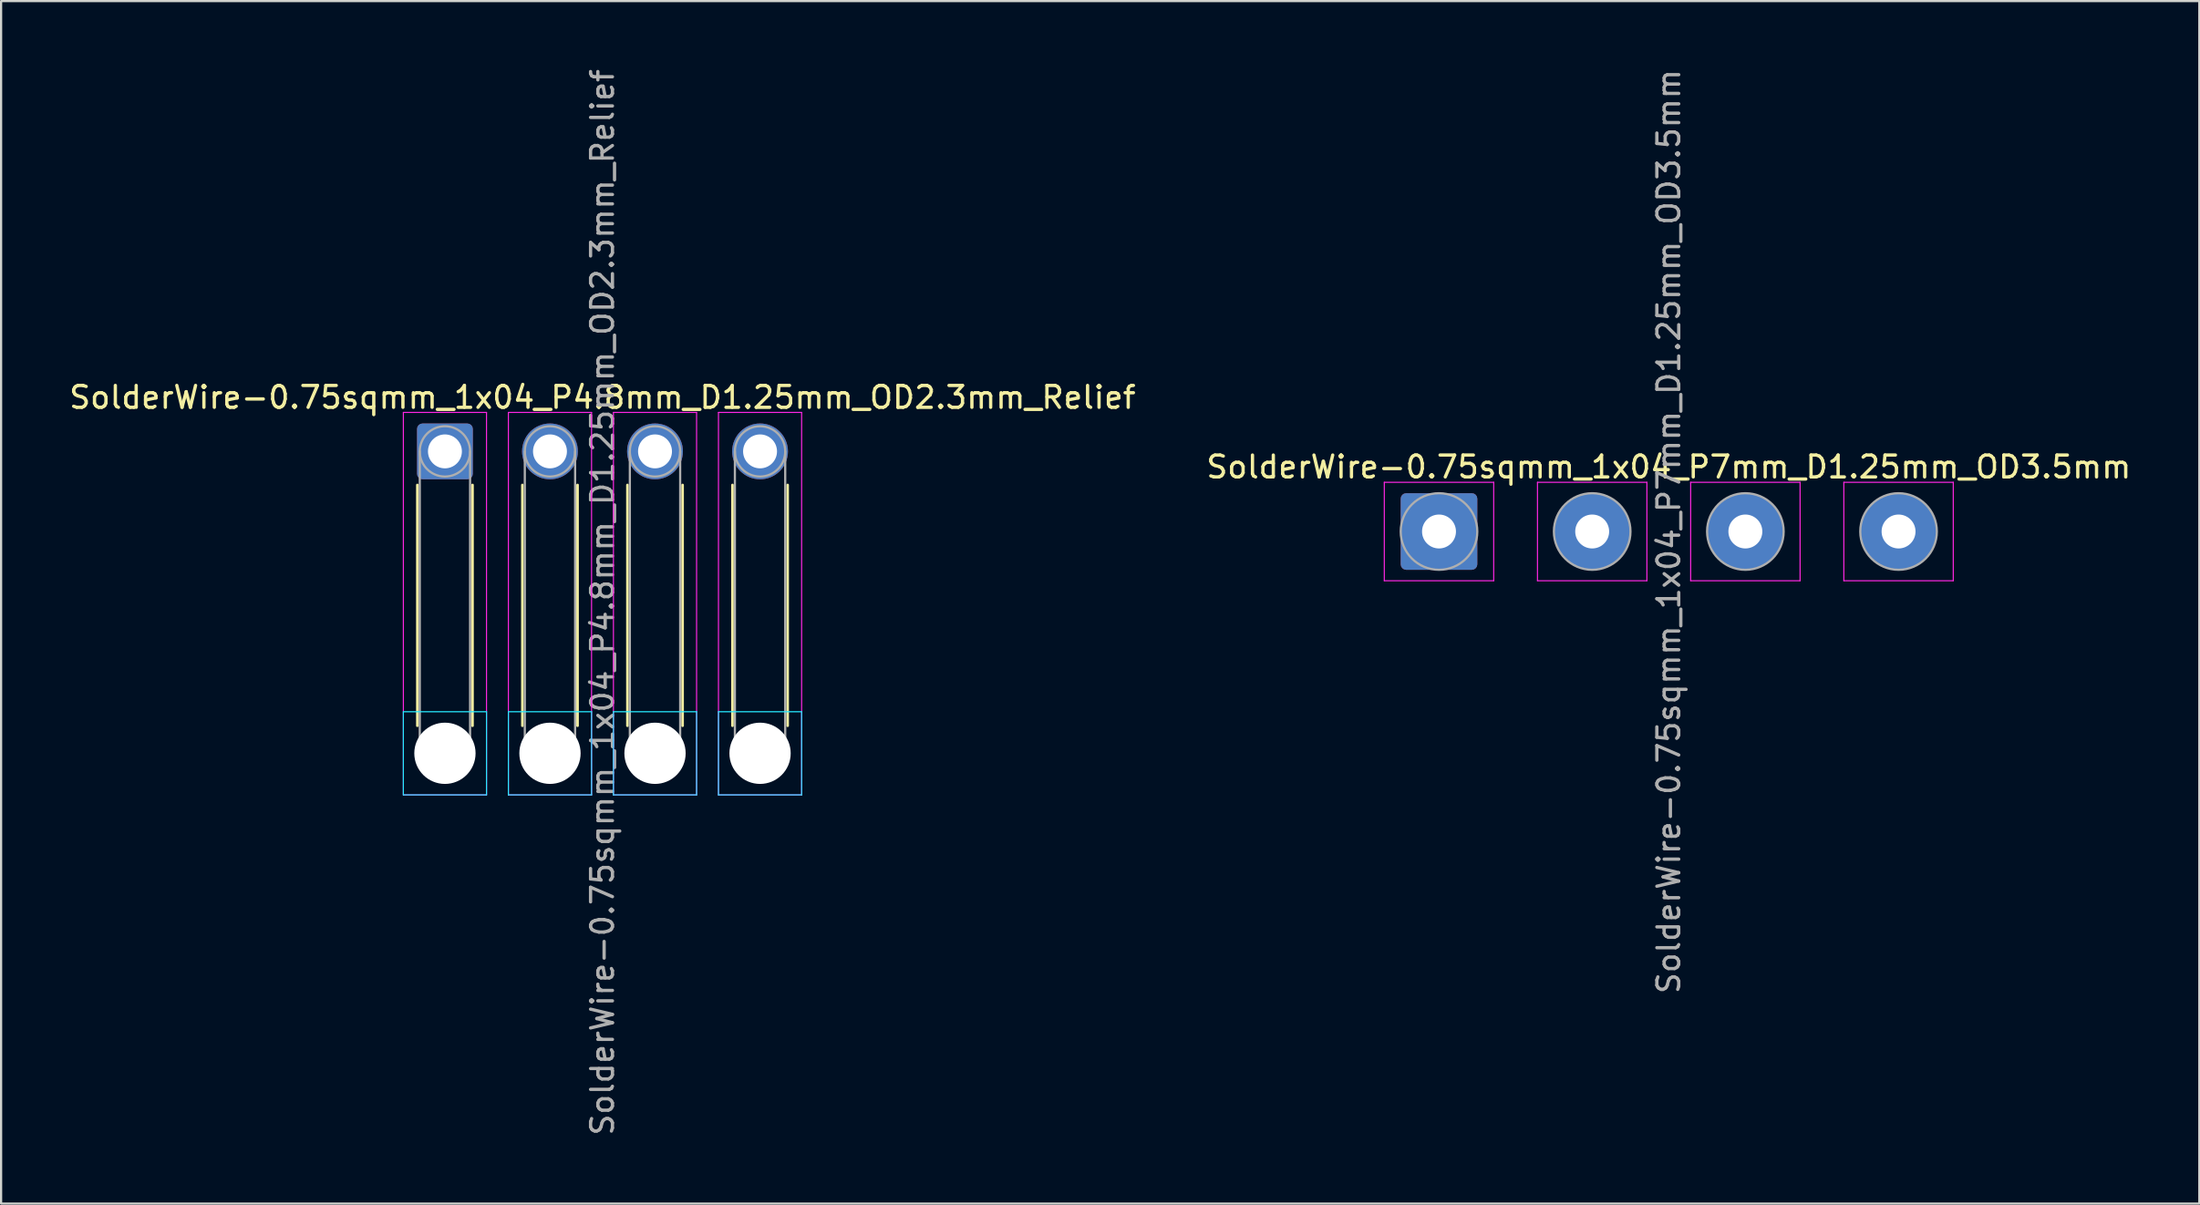
<source format=kicad_pcb>
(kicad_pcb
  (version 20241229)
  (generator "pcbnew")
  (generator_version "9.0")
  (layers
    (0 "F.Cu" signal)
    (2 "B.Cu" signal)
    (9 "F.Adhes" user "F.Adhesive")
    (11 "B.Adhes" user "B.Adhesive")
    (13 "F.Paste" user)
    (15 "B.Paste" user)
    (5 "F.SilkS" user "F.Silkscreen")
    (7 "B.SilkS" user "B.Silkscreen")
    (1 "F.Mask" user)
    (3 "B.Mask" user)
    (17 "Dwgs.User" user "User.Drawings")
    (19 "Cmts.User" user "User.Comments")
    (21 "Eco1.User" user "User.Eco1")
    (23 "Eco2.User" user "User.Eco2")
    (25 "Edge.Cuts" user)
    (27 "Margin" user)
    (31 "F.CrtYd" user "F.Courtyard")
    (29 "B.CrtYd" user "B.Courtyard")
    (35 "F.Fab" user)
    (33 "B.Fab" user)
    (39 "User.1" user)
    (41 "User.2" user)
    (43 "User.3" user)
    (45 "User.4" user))
  (footprint "SolderWire-0.75sqmm_1x04_P7mm_D1.25mm_OD3.5mm"
    (layer "F.Cu")
    (at 62.708 21.244)
    (property "Reference" "SolderWire-0.75sqmm_1x04_P7mm_D1.25mm_OD3.5mm" (at 10.5 -2.95 0) (layer "F.SilkS") (effects (font (size 1 1) (thickness 0.15))))
    (attr exclude_from_pos_files exclude_from_bom)
    (fp_line (start -2.5 -2.25) (end -2.5 2.25) (stroke (width 0.05) (type solid)) (layer "F.CrtYd"))
    (fp_line (start -2.5 2.25) (end 2.5 2.25) (stroke (width 0.05) (type solid)) (layer "F.CrtYd"))
    (fp_line (start 2.5 -2.25) (end -2.5 -2.25) (stroke (width 0.05) (type solid)) (layer "F.CrtYd"))
    (fp_line (start 2.5 2.25) (end 2.5 -2.25) (stroke (width 0.05) (type solid)) (layer "F.CrtYd"))
    (fp_line (start 4.5 -2.25) (end 4.5 2.25) (stroke (width 0.05) (type solid)) (layer "F.CrtYd"))
    (fp_line (start 4.5 2.25) (end 9.5 2.25) (stroke (width 0.05) (type solid)) (layer "F.CrtYd"))
    (fp_line (start 9.5 -2.25) (end 4.5 -2.25) (stroke (width 0.05) (type solid)) (layer "F.CrtYd"))
    (fp_line (start 9.5 2.25) (end 9.5 -2.25) (stroke (width 0.05) (type solid)) (layer "F.CrtYd"))
    (fp_line (start 11.5 -2.25) (end 11.5 2.25) (stroke (width 0.05) (type solid)) (layer "F.CrtYd"))
    (fp_line (start 11.5 2.25) (end 16.5 2.25) (stroke (width 0.05) (type solid)) (layer "F.CrtYd"))
    (fp_line (start 16.5 -2.25) (end 11.5 -2.25) (stroke (width 0.05) (type solid)) (layer "F.CrtYd"))
    (fp_line (start 16.5 2.25) (end 16.5 -2.25) (stroke (width 0.05) (type solid)) (layer "F.CrtYd"))
    (fp_line (start 18.5 -2.25) (end 18.5 2.25) (stroke (width 0.05) (type solid)) (layer "F.CrtYd"))
    (fp_line (start 18.5 2.25) (end 23.5 2.25) (stroke (width 0.05) (type solid)) (layer "F.CrtYd"))
    (fp_line (start 23.5 -2.25) (end 18.5 -2.25) (stroke (width 0.05) (type solid)) (layer "F.CrtYd"))
    (fp_line (start 23.5 2.25) (end 23.5 -2.25) (stroke (width 0.05) (type solid)) (layer "F.CrtYd"))
    (fp_circle (center 0 0) (end 1.75 0) (stroke (width 0.1) (type solid)) (fill no) (layer "F.Fab"))
    (fp_circle (center 7 0) (end 8.75 0) (stroke (width 0.1) (type solid)) (fill no) (layer "F.Fab"))
    (fp_circle (center 14 0) (end 15.75 0) (stroke (width 0.1) (type solid)) (fill no) (layer "F.Fab"))
    (fp_circle (center 21 0) (end 22.75 0) (stroke (width 0.1) (type solid)) (fill no) (layer "F.Fab"))
    (fp_text user "${REFERENCE}" (at 10.5 0 90) (layer "F.Fab") (effects (font (size 1 1) (thickness 0.15))))
    (pad "1" thru_hole roundrect (at 0 0) (size 3.5 3.5) (drill 1.55) (layers "*.Cu" "*.Mask") (roundrect_rratio 0.071))
    (pad "2" thru_hole circle (at 7 0) (size 3.5 3.5) (drill 1.55) (layers "*.Cu" "*.Mask"))
    (pad "3" thru_hole circle (at 14 0) (size 3.5 3.5) (drill 1.55) (layers "*.Cu" "*.Mask"))
    (pad "4" thru_hole circle (at 21 0) (size 3.5 3.5) (drill 1.55) (layers "*.Cu" "*.Mask")))
  (footprint "SolderWire-0.75sqmm_1x04_P4.8mm_D1.25mm_OD2.3mm_Relief"
    (layer "F.Cu")
    (at 17.282 17.582)
    (property "Reference" "SolderWire-0.75sqmm_1x04_P4.8mm_D1.25mm_OD2.3mm_Relief" (at 7.2 -2.47 0) (layer "F.SilkS") (effects (font (size 1 1) (thickness 0.15))))
    (attr exclude_from_pos_files exclude_from_bom)
    (fp_line (start -1.26 1.535) (end -1.26 12.54) (stroke (width 0.12) (type solid)) (layer "F.SilkS"))
    (fp_line (start 1.26 1.535) (end 1.26 12.54) (stroke (width 0.12) (type solid)) (layer "F.SilkS"))
    (fp_line (start 3.54 1.535) (end 3.54 12.54) (stroke (width 0.12) (type solid)) (layer "F.SilkS"))
    (fp_line (start 6.06 1.535) (end 6.06 12.54) (stroke (width 0.12) (type solid)) (layer "F.SilkS"))
    (fp_line (start 8.34 1.535) (end 8.34 12.54) (stroke (width 0.12) (type solid)) (layer "F.SilkS"))
    (fp_line (start 10.86 1.535) (end 10.86 12.54) (stroke (width 0.12) (type solid)) (layer "F.SilkS"))
    (fp_line (start 13.14 1.535) (end 13.14 12.54) (stroke (width 0.12) (type solid)) (layer "F.SilkS"))
    (fp_line (start 15.66 1.535) (end 15.66 12.54) (stroke (width 0.12) (type solid)) (layer "F.SilkS"))
    (fp_line (start -1.9 11.9) (end -1.9 15.7) (stroke (width 0.05) (type solid)) (layer "B.CrtYd"))
    (fp_line (start -1.9 15.7) (end 1.9 15.7) (stroke (width 0.05) (type solid)) (layer "B.CrtYd"))
    (fp_line (start 1.9 11.9) (end -1.9 11.9) (stroke (width 0.05) (type solid)) (layer "B.CrtYd"))
    (fp_line (start 1.9 15.7) (end 1.9 11.9) (stroke (width 0.05) (type solid)) (layer "B.CrtYd"))
    (fp_line (start 2.9 11.9) (end 2.9 15.7) (stroke (width 0.05) (type solid)) (layer "B.CrtYd"))
    (fp_line (start 2.9 15.7) (end 6.7 15.7) (stroke (width 0.05) (type solid)) (layer "B.CrtYd"))
    (fp_line (start 6.7 11.9) (end 2.9 11.9) (stroke (width 0.05) (type solid)) (layer "B.CrtYd"))
    (fp_line (start 6.7 15.7) (end 6.7 11.9) (stroke (width 0.05) (type solid)) (layer "B.CrtYd"))
    (fp_line (start 7.7 11.9) (end 7.7 15.7) (stroke (width 0.05) (type solid)) (layer "B.CrtYd"))
    (fp_line (start 7.7 15.7) (end 11.5 15.7) (stroke (width 0.05) (type solid)) (layer "B.CrtYd"))
    (fp_line (start 11.5 11.9) (end 7.7 11.9) (stroke (width 0.05) (type solid)) (layer "B.CrtYd"))
    (fp_line (start 11.5 15.7) (end 11.5 11.9) (stroke (width 0.05) (type solid)) (layer "B.CrtYd"))
    (fp_line (start 12.5 11.9) (end 12.5 15.7) (stroke (width 0.05) (type solid)) (layer "B.CrtYd"))
    (fp_line (start 12.5 15.7) (end 16.3 15.7) (stroke (width 0.05) (type solid)) (layer "B.CrtYd"))
    (fp_line (start 16.3 11.9) (end 12.5 11.9) (stroke (width 0.05) (type solid)) (layer "B.CrtYd"))
    (fp_line (start 16.3 15.7) (end 16.3 11.9) (stroke (width 0.05) (type solid)) (layer "B.CrtYd"))
    (fp_line (start -1.9 -1.78) (end -1.9 15.7) (stroke (width 0.05) (type solid)) (layer "F.CrtYd"))
    (fp_line (start -1.9 15.7) (end 1.9 15.7) (stroke (width 0.05) (type solid)) (layer "F.CrtYd"))
    (fp_line (start 1.9 -1.78) (end -1.9 -1.78) (stroke (width 0.05) (type solid)) (layer "F.CrtYd"))
    (fp_line (start 1.9 15.7) (end 1.9 -1.78) (stroke (width 0.05) (type solid)) (layer "F.CrtYd"))
    (fp_line (start 2.9 -1.78) (end 2.9 15.7) (stroke (width 0.05) (type solid)) (layer "F.CrtYd"))
    (fp_line (start 2.9 15.7) (end 6.7 15.7) (stroke (width 0.05) (type solid)) (layer "F.CrtYd"))
    (fp_line (start 6.7 -1.78) (end 2.9 -1.78) (stroke (width 0.05) (type solid)) (layer "F.CrtYd"))
    (fp_line (start 6.7 15.7) (end 6.7 -1.78) (stroke (width 0.05) (type solid)) (layer "F.CrtYd"))
    (fp_line (start 7.7 -1.78) (end 7.7 15.7) (stroke (width 0.05) (type solid)) (layer "F.CrtYd"))
    (fp_line (start 7.7 15.7) (end 11.5 15.7) (stroke (width 0.05) (type solid)) (layer "F.CrtYd"))
    (fp_line (start 11.5 -1.78) (end 7.7 -1.78) (stroke (width 0.05) (type solid)) (layer "F.CrtYd"))
    (fp_line (start 11.5 15.7) (end 11.5 -1.78) (stroke (width 0.05) (type solid)) (layer "F.CrtYd"))
    (fp_line (start 12.5 -1.78) (end 12.5 15.7) (stroke (width 0.05) (type solid)) (layer "F.CrtYd"))
    (fp_line (start 12.5 15.7) (end 16.3 15.7) (stroke (width 0.05) (type solid)) (layer "F.CrtYd"))
    (fp_line (start 16.3 -1.78) (end 12.5 -1.78) (stroke (width 0.05) (type solid)) (layer "F.CrtYd"))
    (fp_line (start 16.3 15.7) (end 16.3 -1.78) (stroke (width 0.05) (type solid)) (layer "F.CrtYd"))
    (fp_line (start -1.15 0) (end -1.15 13.8) (stroke (width 0.1) (type solid)) (layer "F.Fab"))
    (fp_line (start 1.15 0) (end 1.15 13.8) (stroke (width 0.1) (type solid)) (layer "F.Fab"))
    (fp_line (start 3.65 0) (end 3.65 13.8) (stroke (width 0.1) (type solid)) (layer "F.Fab"))
    (fp_line (start 5.95 0) (end 5.95 13.8) (stroke (width 0.1) (type solid)) (layer "F.Fab"))
    (fp_line (start 8.45 0) (end 8.45 13.8) (stroke (width 0.1) (type solid)) (layer "F.Fab"))
    (fp_line (start 10.75 0) (end 10.75 13.8) (stroke (width 0.1) (type solid)) (layer "F.Fab"))
    (fp_line (start 13.25 0) (end 13.25 13.8) (stroke (width 0.1) (type solid)) (layer "F.Fab"))
    (fp_line (start 15.55 0) (end 15.55 13.8) (stroke (width 0.1) (type solid)) (layer "F.Fab"))
    (fp_circle (center 0 0) (end 1.15 0) (stroke (width 0.1) (type solid)) (fill no) (layer "F.Fab"))
    (fp_circle (center 0 13.8) (end 1.15 13.8) (stroke (width 0.1) (type solid)) (fill no) (layer "F.Fab"))
    (fp_circle (center 4.8 0) (end 5.95 0) (stroke (width 0.1) (type solid)) (fill no) (layer "F.Fab"))
    (fp_circle (center 4.8 13.8) (end 5.95 13.8) (stroke (width 0.1) (type solid)) (fill no) (layer "F.Fab"))
    (fp_circle (center 9.6 0) (end 10.75 0) (stroke (width 0.1) (type solid)) (fill no) (layer "F.Fab"))
    (fp_circle (center 9.6 13.8) (end 10.75 13.8) (stroke (width 0.1) (type solid)) (fill no) (layer "F.Fab"))
    (fp_circle (center 14.4 0) (end 15.55 0) (stroke (width 0.1) (type solid)) (fill no) (layer "F.Fab"))
    (fp_circle (center 14.4 13.8) (end 15.55 13.8) (stroke (width 0.1) (type solid)) (fill no) (layer "F.Fab"))
    (fp_text user "${REFERENCE}" (at 7.2 6.9 90) (layer "F.Fab") (effects (font (size 1 1) (thickness 0.15))))
    (pad "" np_thru_hole circle (at 0 13.8) (size 2.8 2.8) (drill 2.8) (layers "*.Cu" "*.Mask"))
    (pad "" np_thru_hole circle (at 4.8 13.8) (size 2.8 2.8) (drill 2.8) (layers "*.Cu" "*.Mask"))
    (pad "" np_thru_hole circle (at 9.6 13.8) (size 2.8 2.8) (drill 2.8) (layers "*.Cu" "*.Mask"))
    (pad "" np_thru_hole circle (at 14.4 13.8) (size 2.8 2.8) (drill 2.8) (layers "*.Cu" "*.Mask"))
    (pad "1" thru_hole roundrect (at 0 0) (size 2.55 2.55) (drill 1.55) (layers "*.Cu" "*.Mask") (roundrect_rratio 0.098))
    (pad "2" thru_hole circle (at 4.8 0) (size 2.55 2.55) (drill 1.55) (layers "*.Cu" "*.Mask"))
    (pad "3" thru_hole circle (at 9.6 0) (size 2.55 2.55) (drill 1.55) (layers "*.Cu" "*.Mask"))
    (pad "4" thru_hole circle (at 14.4 0) (size 2.55 2.55) (drill 1.55) (layers "*.Cu" "*.Mask")))
  (gr_rect
    (start -3 -3)
    (end 97.452 51.964)
    (stroke (width 0.1) (type default))
    (fill no)
    (layer "Edge.Cuts")))
</source>
